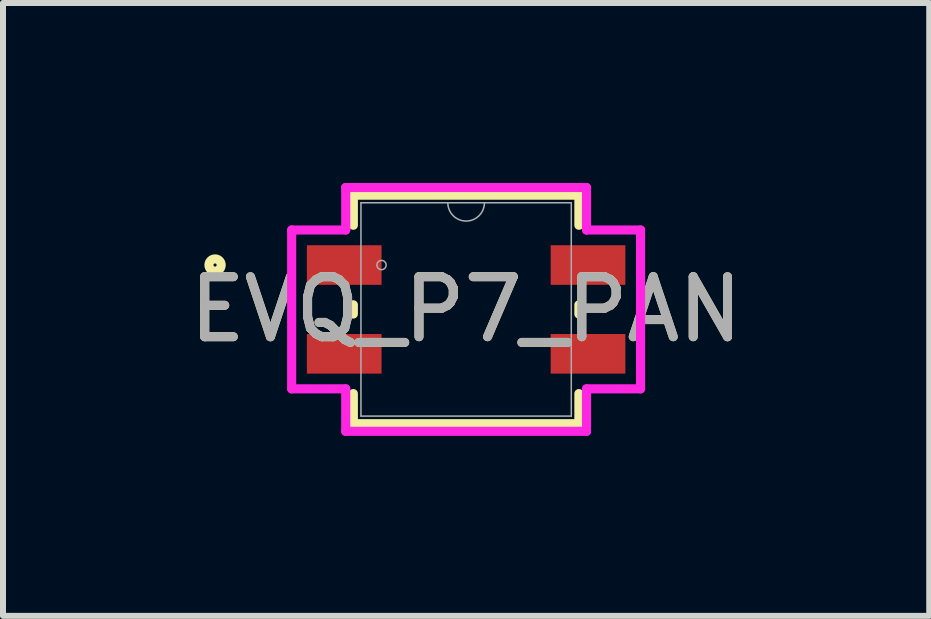
<source format=kicad_pcb>
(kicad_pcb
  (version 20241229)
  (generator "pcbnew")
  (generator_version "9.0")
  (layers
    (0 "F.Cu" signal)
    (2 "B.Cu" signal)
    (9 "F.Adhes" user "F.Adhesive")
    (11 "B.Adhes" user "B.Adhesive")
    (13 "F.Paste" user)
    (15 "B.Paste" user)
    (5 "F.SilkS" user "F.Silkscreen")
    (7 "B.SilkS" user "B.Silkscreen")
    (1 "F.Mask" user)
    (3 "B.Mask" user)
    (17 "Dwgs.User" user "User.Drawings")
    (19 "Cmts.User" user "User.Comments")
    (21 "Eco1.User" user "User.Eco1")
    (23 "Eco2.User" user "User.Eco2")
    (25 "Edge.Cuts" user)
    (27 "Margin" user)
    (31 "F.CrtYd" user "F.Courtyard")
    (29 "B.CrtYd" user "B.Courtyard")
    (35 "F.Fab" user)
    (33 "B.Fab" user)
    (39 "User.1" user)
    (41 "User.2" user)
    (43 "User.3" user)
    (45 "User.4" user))
  (footprint "EVQ_P7_PAN"
    (layer "F.Cu")
    (at 4.72 2.108)
    (property "Reference" "EVQ_P7_PAN" (at 0 0 0) (unlocked yes) (layer "F.SilkS") (effects (font (size 1 1) (thickness 0.15))))
    (attr smd)
    (fp_line (start -1.88 -1.905) (end -1.88 -1.403) (stroke (width 0.152) (type solid)) (layer "F.SilkS"))
    (fp_line (start -1.88 -0.077) (end -1.88 0.077) (stroke (width 0.152) (type solid)) (layer "F.SilkS"))
    (fp_line (start -1.88 1.403) (end -1.88 1.905) (stroke (width 0.152) (type solid)) (layer "F.SilkS"))
    (fp_line (start -1.88 1.905) (end 1.88 1.905) (stroke (width 0.152) (type solid)) (layer "F.SilkS"))
    (fp_line (start 1.88 -1.905) (end -1.88 -1.905) (stroke (width 0.152) (type solid)) (layer "F.SilkS"))
    (fp_line (start 1.88 -1.403) (end 1.88 -1.905) (stroke (width 0.152) (type solid)) (layer "F.SilkS"))
    (fp_line (start 1.88 0.077) (end 1.88 -0.077) (stroke (width 0.152) (type solid)) (layer "F.SilkS"))
    (fp_line (start 1.88 1.905) (end 1.88 1.403) (stroke (width 0.152) (type solid)) (layer "F.SilkS"))
    (fp_circle (center -4.185 -0.74) (end -4.083 -0.74) (stroke (width 0.152) (type solid)) (fill no) (layer "F.SilkS"))
    (fp_line (start -2.908 -1.324) (end -2.007 -1.324) (stroke (width 0.152) (type solid)) (layer "F.CrtYd"))
    (fp_line (start -2.908 1.324) (end -2.908 -1.324) (stroke (width 0.152) (type solid)) (layer "F.CrtYd"))
    (fp_line (start -2.908 1.324) (end -2.007 1.324) (stroke (width 0.152) (type solid)) (layer "F.CrtYd"))
    (fp_line (start -2.007 -2.032) (end 2.007 -2.032) (stroke (width 0.152) (type solid)) (layer "F.CrtYd"))
    (fp_line (start -2.007 -1.324) (end -2.007 -2.032) (stroke (width 0.152) (type solid)) (layer "F.CrtYd"))
    (fp_line (start -2.007 2.032) (end -2.007 1.324) (stroke (width 0.152) (type solid)) (layer "F.CrtYd"))
    (fp_line (start 2.007 -2.032) (end 2.007 -1.324) (stroke (width 0.152) (type solid)) (layer "F.CrtYd"))
    (fp_line (start 2.007 1.324) (end 2.007 2.032) (stroke (width 0.152) (type solid)) (layer "F.CrtYd"))
    (fp_line (start 2.007 2.032) (end -2.007 2.032) (stroke (width 0.152) (type solid)) (layer "F.CrtYd"))
    (fp_line (start 2.908 -1.324) (end 2.007 -1.324) (stroke (width 0.152) (type solid)) (layer "F.CrtYd"))
    (fp_line (start 2.908 -1.324) (end 2.908 1.324) (stroke (width 0.152) (type solid)) (layer "F.CrtYd"))
    (fp_line (start 2.908 1.324) (end 2.007 1.324) (stroke (width 0.152) (type solid)) (layer "F.CrtYd"))
    (fp_line (start -1.753 -1.778) (end -1.753 1.778) (stroke (width 0.025) (type solid)) (layer "F.Fab"))
    (fp_line (start -1.753 1.778) (end 1.753 1.778) (stroke (width 0.025) (type solid)) (layer "F.Fab"))
    (fp_line (start 1.753 -1.778) (end -1.753 -1.778) (stroke (width 0.025) (type solid)) (layer "F.Fab"))
    (fp_line (start 1.753 1.778) (end 1.753 -1.778) (stroke (width 0.025) (type solid)) (layer "F.Fab"))
    (fp_arc (start 0.3048 -1.778) (mid 0 -1.4732) (end -0.3048 -1.778) (stroke (width 0.0254) (type solid)) (layer "F.Fab"))
    (fp_circle (center -1.41 -0.74) (end -1.333 -0.74) (stroke (width 0.025) (type solid)) (fill no) (layer "F.Fab"))
    (fp_text user "${REFERENCE}" (at 0 0 0) (unlocked yes) (layer "F.Fab") (effects (font (size 1 1) (thickness 0.15))))
    (pad "1" smd rect (at -2.032 -0.74) (size 1.245 0.66) (layers "F.Cu" "F.Mask" "F.Paste"))
    (pad "1*" smd rect (at 2.032 -0.74) (size 1.245 0.66) (layers "F.Cu" "F.Mask" "F.Paste"))
    (pad "2" smd rect (at -2.032 0.74) (size 1.245 0.66) (layers "F.Cu" "F.Mask" "F.Paste"))
    (pad "2*" smd rect (at 2.032 0.74) (size 1.245 0.66) (layers "F.Cu" "F.Mask" "F.Paste")))
  (gr_rect
    (start -3 -3)
    (end 12.44 7.216)
    (stroke (width 0.1) (type default))
    (fill no)
    (layer "Edge.Cuts")))
</source>
